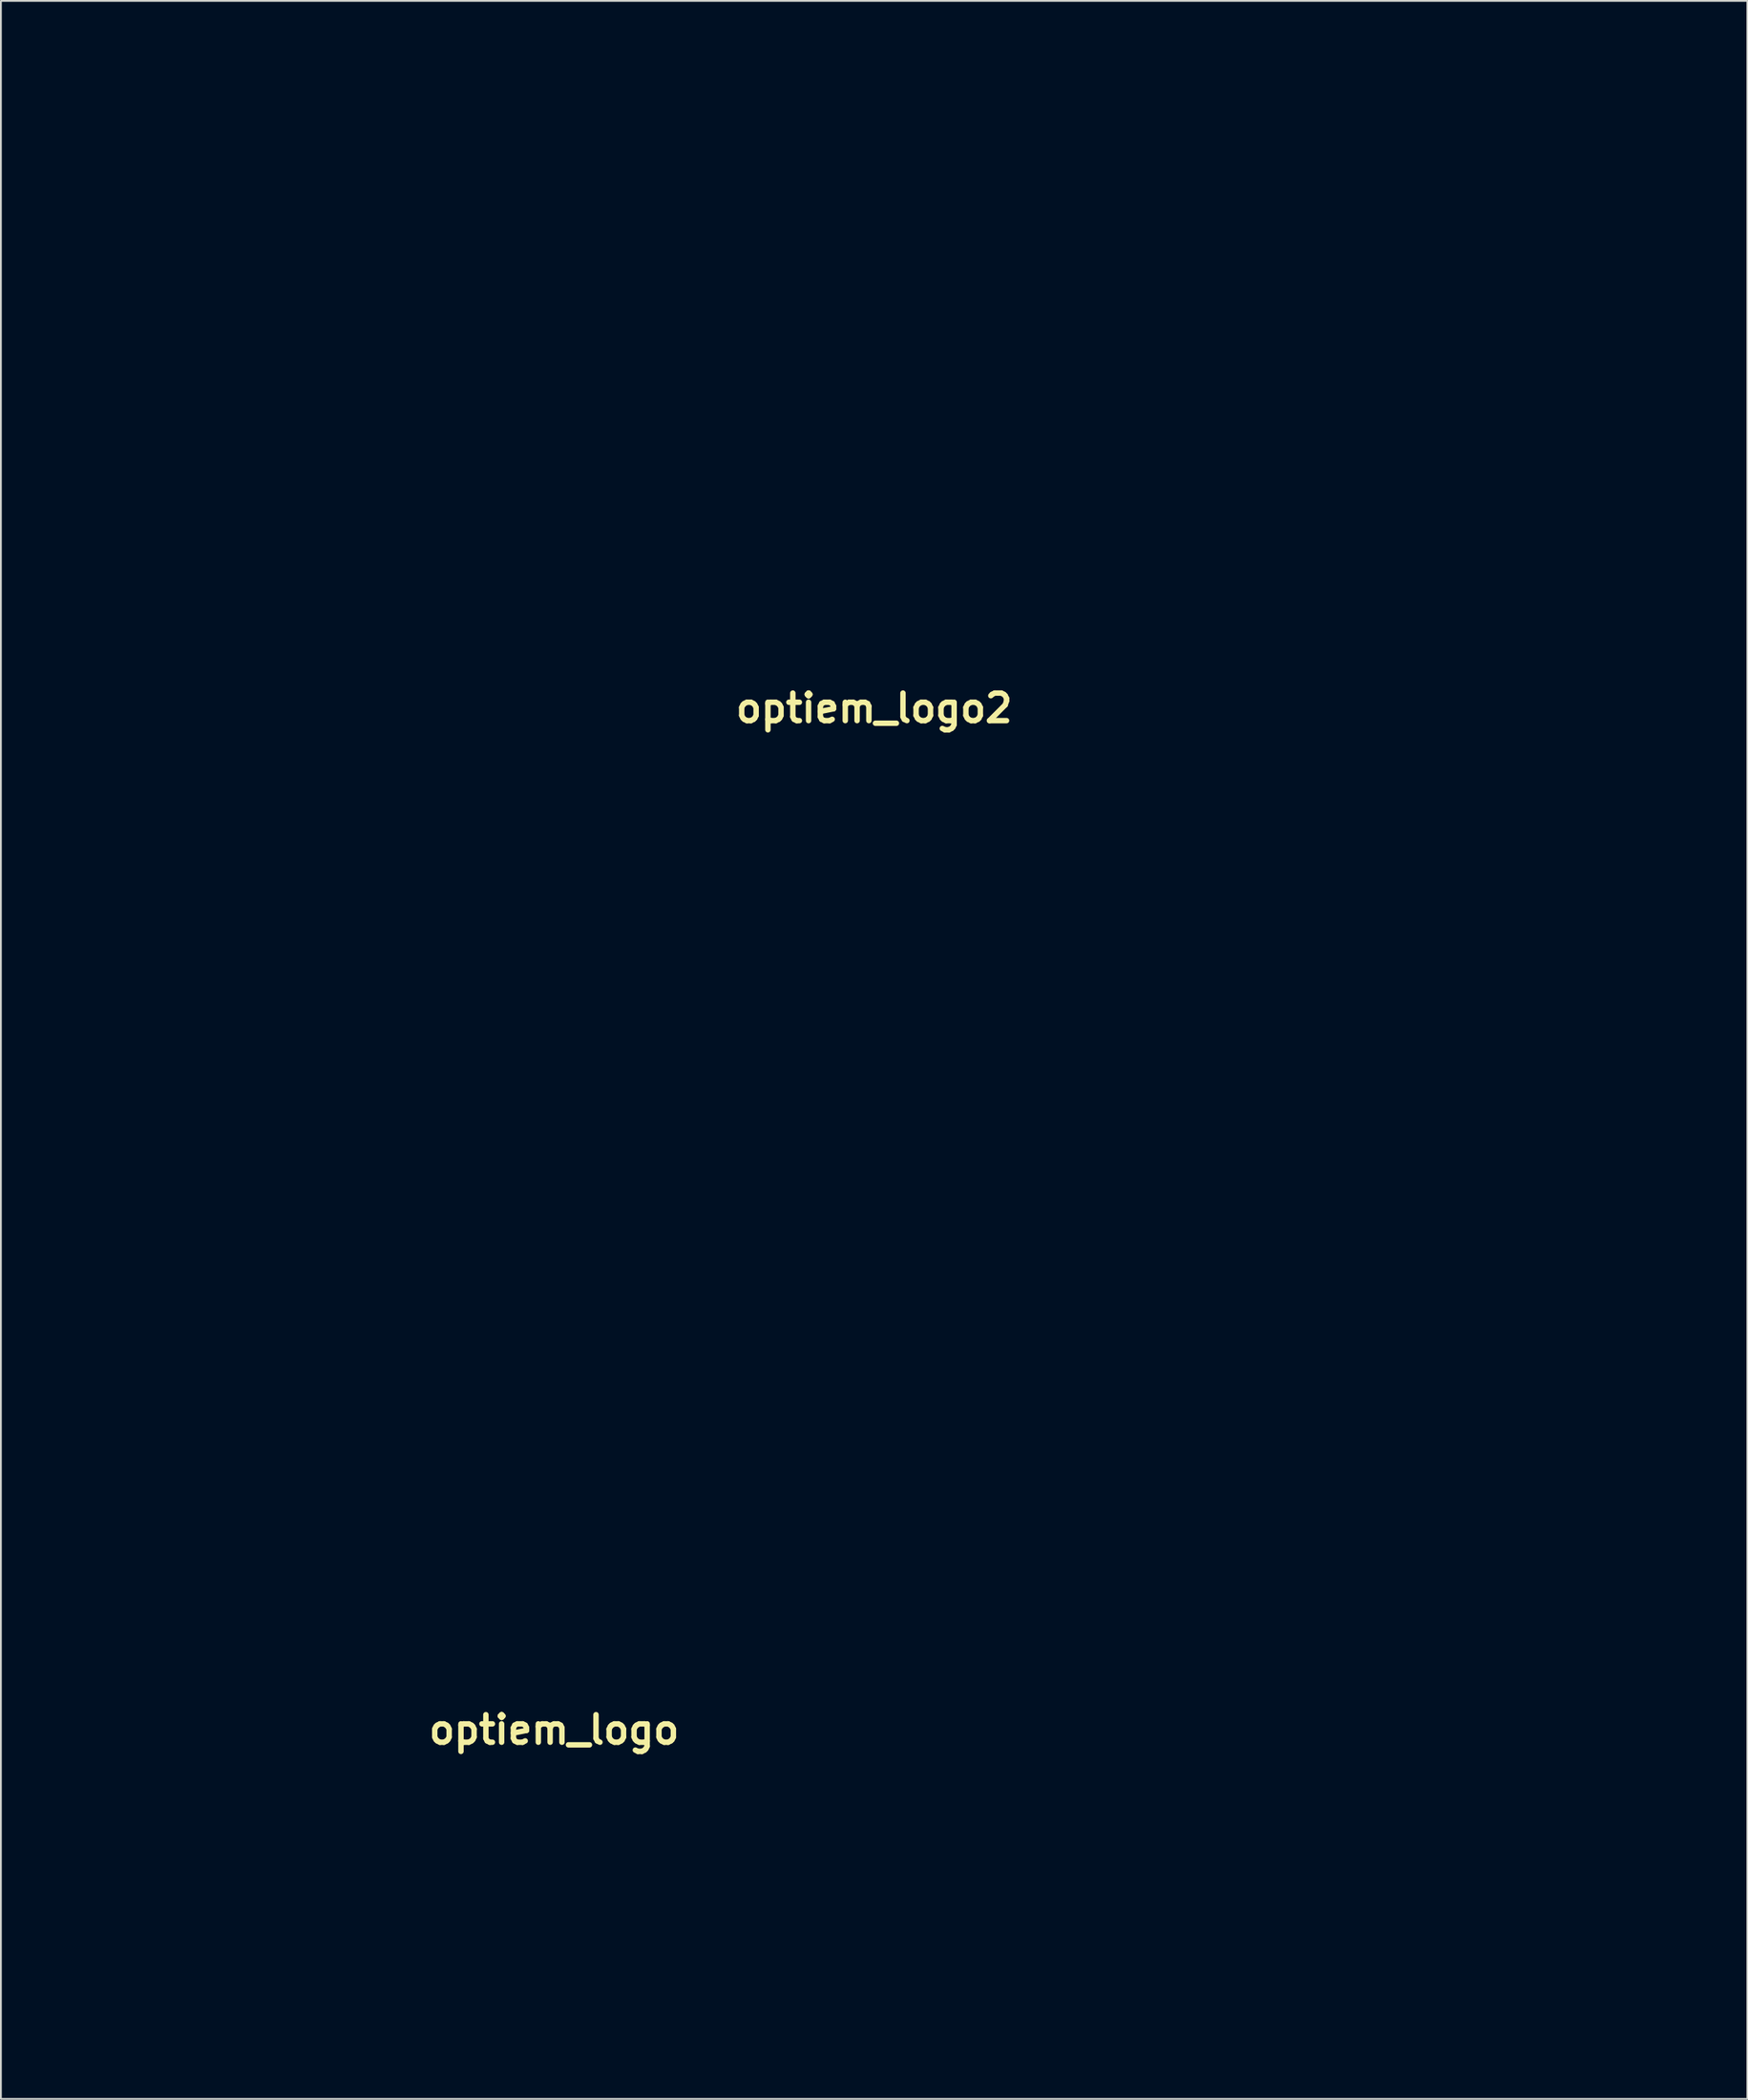
<source format=kicad_pcb>
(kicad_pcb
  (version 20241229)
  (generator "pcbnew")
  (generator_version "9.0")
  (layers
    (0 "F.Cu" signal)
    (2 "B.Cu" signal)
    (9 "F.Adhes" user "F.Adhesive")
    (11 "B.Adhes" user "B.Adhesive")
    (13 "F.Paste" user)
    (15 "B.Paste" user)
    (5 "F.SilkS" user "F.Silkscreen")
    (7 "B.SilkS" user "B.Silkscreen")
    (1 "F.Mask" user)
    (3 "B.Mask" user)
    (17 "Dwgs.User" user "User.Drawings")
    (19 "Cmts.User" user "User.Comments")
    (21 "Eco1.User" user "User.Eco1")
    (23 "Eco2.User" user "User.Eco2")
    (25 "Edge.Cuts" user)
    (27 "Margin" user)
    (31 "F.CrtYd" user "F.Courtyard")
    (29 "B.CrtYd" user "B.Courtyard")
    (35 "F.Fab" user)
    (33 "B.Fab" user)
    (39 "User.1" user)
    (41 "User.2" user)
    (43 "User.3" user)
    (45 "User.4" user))
  (footprint "optiem_logo2"
    (layer "F.Cu")
    (at 45.331 36.137)
    (property "Reference" "optiem_logo2" (at 0 0 0) (layer "F.SilkS") (effects (font (size 1.524 1.524) (thickness 0.3))))
    (attr through_hole)
    (fp_poly (pts (xy 5.329 -35.89) (xy 10.479 -35.177) (xy 15.414 -34.02) (xy 20.1 -32.44) (xy 24.502 -30.464) (xy 28.584 -28.113) (xy 32.312 -25.413) (xy 35.65 -22.388) (xy 38.564 -19.06) (xy 41.017 -15.456) (xy 42.977 -11.597) (xy 44.406 -7.509) (xy 44.905 -5.416) (xy 45.227 -2.99) (xy 45.326 -0.195) (xy 45.213 2.7) (xy 44.896 5.425) (xy 44.448 7.501) (xy 42.942 11.677) (xy 40.892 15.618) (xy 38.334 19.297) (xy 35.303 22.686) (xy 31.834 25.76) (xy 27.962 28.492) (xy 23.722 30.856) (xy 19.15 32.824) (xy 14.279 34.37) (xy 9.146 35.468) (xy 7.193 35.754) (xy 5.446 35.916) (xy 3.277 36.022) (xy 0.862 36.071) (xy -1.625 36.064) (xy -4.008 36.002) (xy -6.114 35.883) (xy -7.56 35.738) (xy -12.584 34.808) (xy -17.487 33.391) (xy -22.192 31.525) (xy -26.624 29.247) (xy -30.708 26.595) (xy -34.369 23.607) (xy -37.069 20.858) (xy -39.837 17.328) (xy -42.048 13.632) (xy -43.747 9.69) (xy -44.448 7.501) (xy -44.938 5.157) (xy -45.234 2.401) (xy -45.311 -0.021) (xy -42.462 -0.021) (xy -42.462 0.179) (xy -42.45 2.217) (xy -42.409 3.725) (xy -42.316 4.887) (xy -42.149 5.889) (xy -41.886 6.915) (xy -41.503 8.151) (xy -41.499 8.165) (xy -39.909 12.137) (xy -37.777 15.869) (xy -35.141 19.334) (xy -32.036 22.505) (xy -28.499 25.353) (xy -24.565 27.852) (xy -20.273 29.973) (xy -15.657 31.689) (xy -10.755 32.972) (xy -8.276 33.431) (xy -5.994 33.704) (xy -3.304 33.871) (xy -0.399 33.933) (xy 2.53 33.89) (xy 5.293 33.742) (xy 7.697 33.489) (xy 8.013 33.442) (xy 12.308 32.624) (xy 16.218 31.538) (xy 19.941 30.116) (xy 23.673 28.292) (xy 24.675 27.74) (xy 28.793 25.115) (xy 32.424 22.155) (xy 35.553 18.88) (xy 38.16 15.312) (xy 40.228 11.47) (xy 41.499 8.165) (xy 41.882 6.926) (xy 42.147 5.899) (xy 42.315 4.898) (xy 42.408 3.738) (xy 42.45 2.235) (xy 42.462 0.203) (xy 42.462 0.179) (xy 42.458 -1.85) (xy 42.424 -3.348) (xy 42.338 -4.497) (xy 42.177 -5.481) (xy 41.921 -6.484) (xy 41.546 -7.689) (xy 41.508 -7.808) (xy 39.867 -11.887) (xy 37.675 -15.699) (xy 34.947 -19.226) (xy 31.7 -22.449) (xy 27.95 -25.35) (xy 24.675 -27.382) (xy 19.854 -29.776) (xy 14.921 -31.575) (xy 9.795 -32.801) (xy 4.395 -33.474) (xy 0 -33.628) (xy -5.667 -33.367) (xy -10.997 -32.568) (xy -16.071 -31.212) (xy -20.971 -29.278) (xy -24.675 -27.382) (xy -28.808 -24.747) (xy -32.45 -21.774) (xy -35.585 -18.483) (xy -38.198 -14.893) (xy -40.271 -11.021) (xy -41.508 -7.808) (xy -41.894 -6.577) (xy -42.159 -5.564) (xy -42.327 -4.585) (xy -42.419 -3.458) (xy -42.457 -1.998) (xy -42.462 -0.021) (xy -45.311 -0.021) (xy -45.326 -0.496) (xy -45.204 -3.265) (xy -44.905 -5.416) (xy -43.75 -9.609) (xy -42.047 -13.584) (xy -39.833 -17.317) (xy -37.142 -20.784) (xy -34.008 -23.961) (xy -30.468 -26.824) (xy -26.556 -29.35) (xy -22.308 -31.514) (xy -17.757 -33.292) (xy -12.94 -34.661) (xy -7.892 -35.596) (xy -2.647 -36.073) (xy 0 -36.132) (xy 5.329 -35.89)) (stroke (width 0.01) (type solid)) (fill no) (layer "Eco2.User")))
  (footprint "optiem_logo"
    (layer "F.Cu")
    (at 27.616 92.669)
    (property "Reference" "optiem_logo" (at 0 0 0) (layer "F.SilkS") (effects (font (size 1.524 1.524) (thickness 0.3))))
    (attr through_hole)
    (fp_poly (pts (xy 3.339 -17.334) (xy 6.446 -16.99) (xy 9.428 -16.429) (xy 12.263 -15.665) (xy 14.93 -14.708) (xy 17.405 -13.571) (xy 19.668 -12.266) (xy 21.697 -10.805) (xy 23.469 -9.2) (xy 24.962 -7.462) (xy 26.155 -5.604) (xy 27.026 -3.637) (xy 27.333 -2.616) (xy 27.529 -1.444) (xy 27.59 -0.094) (xy 27.521 1.304) (xy 27.328 2.62) (xy 27.055 3.623) (xy 26.138 5.64) (xy 24.891 7.543) (xy 23.334 9.32) (xy 21.489 10.957) (xy 19.377 12.442) (xy 17.021 13.762) (xy 14.44 14.903) (xy 11.656 15.854) (xy 8.692 16.6) (xy 5.567 17.131) (xy 4.379 17.269) (xy 3.314 17.347) (xy 1.997 17.398) (xy 0.531 17.422) (xy -0.977 17.419) (xy -2.422 17.388) (xy -3.699 17.331) (xy -4.601 17.258) (xy -7.769 16.782) (xy -10.874 16.054) (xy -13.852 15.094) (xy -16.642 13.925) (xy -19.18 12.565) (xy -19.496 12.37) (xy -21.629 10.869) (xy -23.443 9.247) (xy -24.934 7.525) (xy -26.099 5.721) (xy -26.936 3.854) (xy -27.441 1.944) (xy -27.611 0.01) (xy -27.444 -1.928) (xy -26.934 -3.853) (xy -26.081 -5.743) (xy -24.88 -7.581) (xy -23.329 -9.346) (xy -23.055 -9.615) (xy -22.441 -10.185) (xy -21.852 -10.701) (xy -21.381 -11.083) (xy -21.233 -11.19) (xy -20.655 -11.573) (xy -15.251 -7.651) (xy -13.852 -6.634) (xy -12.396 -5.576) (xy -10.945 -4.52) (xy -9.561 -3.512) (xy -8.306 -2.598) (xy -7.243 -1.822) (xy -6.718 -1.438) (xy -3.589 0.851) (xy 7.362 0.838) (xy 18.314 0.826) (xy 8.835 -0.097) (xy 6.994 -0.276) (xy 5.256 -0.446) (xy 3.657 -0.603) (xy 2.232 -0.743) (xy 1.018 -0.863) (xy 0.05 -0.959) (xy -0.635 -1.028) (xy -1.002 -1.066) (xy -1.046 -1.071) (xy -1.268 -1.211) (xy -1.727 -1.598) (xy -2.412 -2.224) (xy -3.313 -3.078) (xy -4.421 -4.151) (xy -5.725 -5.434) (xy -7.217 -6.917) (xy -8.159 -7.862) (xy -9.643 -9.354) (xy -10.892 -10.614) (xy -11.924 -11.663) (xy -12.758 -12.521) (xy -13.411 -13.207) (xy -13.903 -13.74) (xy -14.251 -14.142) (xy -14.473 -14.431) (xy -14.589 -14.628) (xy -14.615 -14.752) (xy -14.574 -14.82) (xy -14.222 -14.994) (xy -13.584 -15.229) (xy -12.731 -15.505) (xy -11.735 -15.801) (xy -10.666 -16.096) (xy -9.597 -16.371) (xy -8.598 -16.603) (xy -7.914 -16.742) (xy -6.012 -17.059) (xy -4.217 -17.274) (xy -2.382 -17.399) (xy -0.362 -17.448) (xy 0.129 -17.45) (xy 3.339 -17.334)) (stroke (width 0.01) (type solid)) (fill no) (layer "Eco2.User")))
  (gr_rect
    (start -3 -3)
    (end 93.662 113.096)
    (stroke (width 0.1) (type default))
    (fill no)
    (layer "Edge.Cuts")))
</source>
